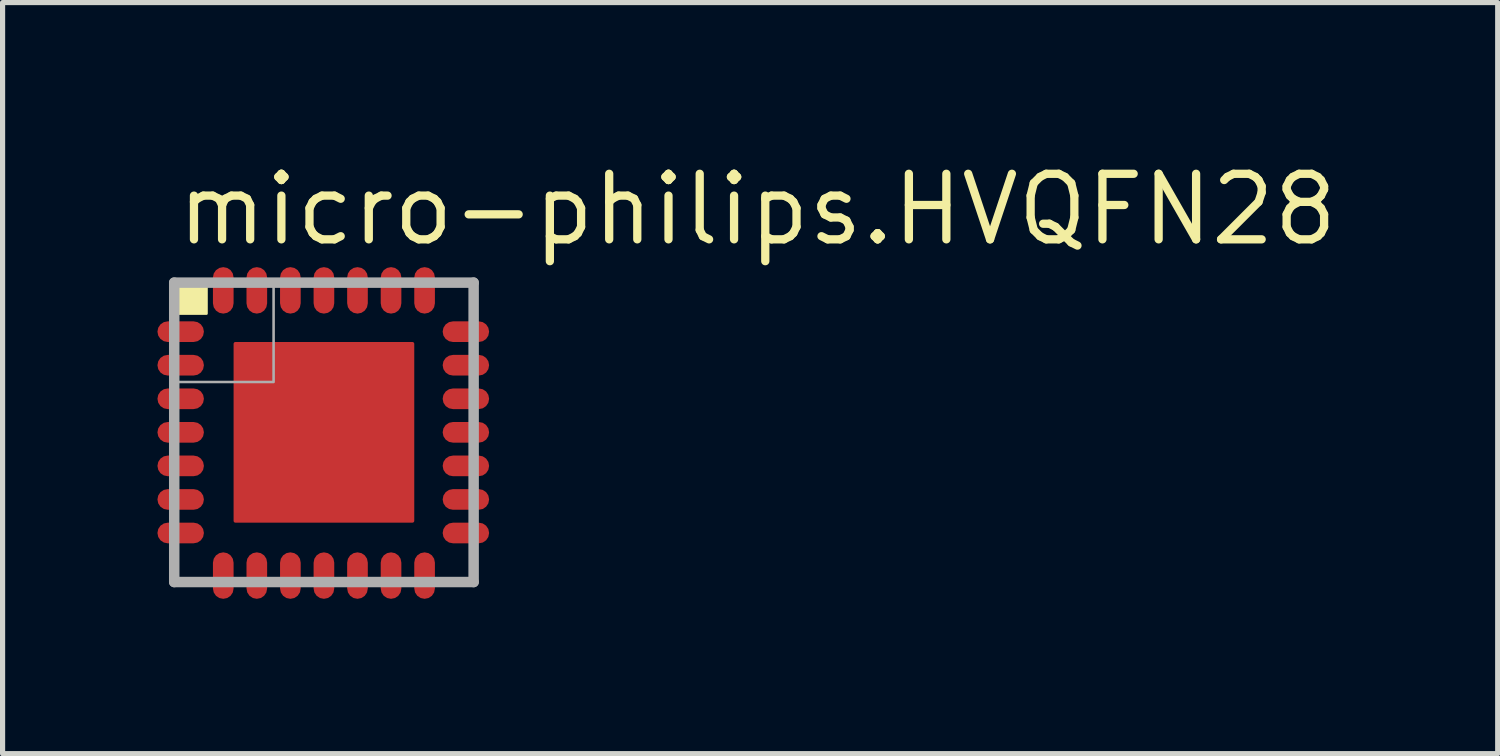
<source format=kicad_pcb>
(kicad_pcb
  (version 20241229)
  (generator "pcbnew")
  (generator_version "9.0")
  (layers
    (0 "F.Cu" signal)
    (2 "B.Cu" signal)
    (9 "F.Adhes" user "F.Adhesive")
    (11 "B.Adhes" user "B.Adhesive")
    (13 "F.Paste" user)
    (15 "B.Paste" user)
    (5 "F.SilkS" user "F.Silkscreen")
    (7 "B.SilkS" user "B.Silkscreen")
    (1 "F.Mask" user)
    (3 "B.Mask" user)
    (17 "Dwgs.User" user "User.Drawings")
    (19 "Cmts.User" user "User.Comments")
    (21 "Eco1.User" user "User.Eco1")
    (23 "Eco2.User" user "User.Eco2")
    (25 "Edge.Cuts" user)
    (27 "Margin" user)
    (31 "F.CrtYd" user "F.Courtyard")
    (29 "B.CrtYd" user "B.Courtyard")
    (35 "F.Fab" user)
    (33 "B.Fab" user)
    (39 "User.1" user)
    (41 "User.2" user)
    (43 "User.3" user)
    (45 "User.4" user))
  (footprint "micro-philips.HVQFN28"
    (layer "F.Cu")
    (at 3.225 5.325)
    (property "Reference" "micro-philips.HVQFN28" (at -2.925 -3.575 0) (layer "F.SilkS") (effects (font (size 1.27 1.27) (thickness 0.16)) (justify left bottom)))
    (attr smd)
    (fp_rect (start -3.175 -1.725) (end -2.5 -2.175) (stroke (width 0.05) (type default)) (fill yes) (layer "F.Mask"))
    (fp_rect (start -3.175 -1.075) (end -2.5 -1.525) (stroke (width 0.05) (type default)) (fill yes) (layer "F.Mask"))
    (fp_rect (start -3.175 -0.425) (end -2.5 -0.875) (stroke (width 0.05) (type default)) (fill yes) (layer "F.Mask"))
    (fp_rect (start -3.175 0.225) (end -2.5 -0.225) (stroke (width 0.05) (type default)) (fill yes) (layer "F.Mask"))
    (fp_rect (start -3.175 0.875) (end -2.5 0.425) (stroke (width 0.05) (type default)) (fill yes) (layer "F.Mask"))
    (fp_rect (start -3.175 1.525) (end -2.5 1.075) (stroke (width 0.05) (type default)) (fill yes) (layer "F.Mask"))
    (fp_rect (start -3.175 2.175) (end -2.5 1.725) (stroke (width 0.05) (type default)) (fill yes) (layer "F.Mask"))
    (fp_rect (start -2.175 -2.5) (end -1.725 -3.175) (stroke (width 0.05) (type default)) (fill yes) (layer "F.Mask"))
    (fp_rect (start -2.175 3.175) (end -1.725 2.5) (stroke (width 0.05) (type default)) (fill yes) (layer "F.Mask"))
    (fp_rect (start -1.85 1.85) (end 1.825 -1.85) (stroke (width 0.05) (type default)) (fill yes) (layer "F.Mask"))
    (fp_rect (start -1.525 -2.5) (end -1.075 -3.175) (stroke (width 0.05) (type default)) (fill yes) (layer "F.Mask"))
    (fp_rect (start -1.525 3.175) (end -1.075 2.5) (stroke (width 0.05) (type default)) (fill yes) (layer "F.Mask"))
    (fp_rect (start -0.875 -2.5) (end -0.425 -3.175) (stroke (width 0.05) (type default)) (fill yes) (layer "F.Mask"))
    (fp_rect (start -0.875 3.175) (end -0.425 2.5) (stroke (width 0.05) (type default)) (fill yes) (layer "F.Mask"))
    (fp_rect (start -0.225 -2.5) (end 0.225 -3.175) (stroke (width 0.05) (type default)) (fill yes) (layer "F.Mask"))
    (fp_rect (start -0.225 3.175) (end 0.225 2.5) (stroke (width 0.05) (type default)) (fill yes) (layer "F.Mask"))
    (fp_rect (start 0.425 -2.5) (end 0.875 -3.175) (stroke (width 0.05) (type default)) (fill yes) (layer "F.Mask"))
    (fp_rect (start 0.425 3.175) (end 0.875 2.5) (stroke (width 0.05) (type default)) (fill yes) (layer "F.Mask"))
    (fp_rect (start 1.075 -2.5) (end 1.525 -3.175) (stroke (width 0.05) (type default)) (fill yes) (layer "F.Mask"))
    (fp_rect (start 1.075 3.175) (end 1.525 2.5) (stroke (width 0.05) (type default)) (fill yes) (layer "F.Mask"))
    (fp_rect (start 1.725 -2.5) (end 2.175 -3.175) (stroke (width 0.05) (type default)) (fill yes) (layer "F.Mask"))
    (fp_rect (start 1.725 3.175) (end 2.175 2.5) (stroke (width 0.05) (type default)) (fill yes) (layer "F.Mask"))
    (fp_rect (start 2.5 -1.725) (end 3.175 -2.175) (stroke (width 0.05) (type default)) (fill yes) (layer "F.Mask"))
    (fp_rect (start 2.5 -1.075) (end 3.175 -1.525) (stroke (width 0.05) (type default)) (fill yes) (layer "F.Mask"))
    (fp_rect (start 2.5 -0.425) (end 3.175 -0.875) (stroke (width 0.05) (type default)) (fill yes) (layer "F.Mask"))
    (fp_rect (start 2.5 0.225) (end 3.175 -0.225) (stroke (width 0.05) (type default)) (fill yes) (layer "F.Mask"))
    (fp_rect (start 2.5 0.875) (end 3.175 0.425) (stroke (width 0.05) (type default)) (fill yes) (layer "F.Mask"))
    (fp_rect (start 2.5 1.525) (end 3.175 1.075) (stroke (width 0.05) (type default)) (fill yes) (layer "F.Mask"))
    (fp_rect (start 2.5 2.175) (end 3.175 1.725) (stroke (width 0.05) (type default)) (fill yes) (layer "F.Mask"))
    (fp_circle (center -2.525 -1.95) (end -2.3 -1.95) (stroke (width 0.1) (type default)) (fill no) (layer "F.Mask"))
    (fp_circle (center -2.525 -1.3) (end -2.3 -1.3) (stroke (width 0.1) (type default)) (fill no) (layer "F.Mask"))
    (fp_circle (center -2.525 -0.65) (end -2.3 -0.65) (stroke (width 0.1) (type default)) (fill no) (layer "F.Mask"))
    (fp_circle (center -2.525 0) (end -2.3 0) (stroke (width 0.1) (type default)) (fill no) (layer "F.Mask"))
    (fp_circle (center -2.525 0.65) (end -2.3 0.65) (stroke (width 0.1) (type default)) (fill no) (layer "F.Mask"))
    (fp_circle (center -2.525 1.3) (end -2.3 1.3) (stroke (width 0.1) (type default)) (fill no) (layer "F.Mask"))
    (fp_circle (center -2.525 1.95) (end -2.3 1.95) (stroke (width 0.1) (type default)) (fill no) (layer "F.Mask"))
    (fp_circle (center -1.95 -2.525) (end -1.725 -2.525) (stroke (width 0.1) (type default)) (fill no) (layer "F.Mask"))
    (fp_circle (center -1.95 2.525) (end -1.725 2.525) (stroke (width 0.1) (type default)) (fill no) (layer "F.Mask"))
    (fp_circle (center -1.3 -2.525) (end -1.075 -2.525) (stroke (width 0.1) (type default)) (fill no) (layer "F.Mask"))
    (fp_circle (center -1.3 2.525) (end -1.075 2.525) (stroke (width 0.1) (type default)) (fill no) (layer "F.Mask"))
    (fp_circle (center -0.65 -2.525) (end -0.425 -2.525) (stroke (width 0.1) (type default)) (fill no) (layer "F.Mask"))
    (fp_circle (center -0.65 2.525) (end -0.425 2.525) (stroke (width 0.1) (type default)) (fill no) (layer "F.Mask"))
    (fp_circle (center 0 -2.525) (end 0.225 -2.525) (stroke (width 0.1) (type default)) (fill no) (layer "F.Mask"))
    (fp_circle (center 0 2.525) (end 0.225 2.525) (stroke (width 0.1) (type default)) (fill no) (layer "F.Mask"))
    (fp_circle (center 0.65 -2.525) (end 0.875 -2.525) (stroke (width 0.1) (type default)) (fill no) (layer "F.Mask"))
    (fp_circle (center 0.65 2.525) (end 0.875 2.525) (stroke (width 0.1) (type default)) (fill no) (layer "F.Mask"))
    (fp_circle (center 1.3 -2.525) (end 1.525 -2.525) (stroke (width 0.1) (type default)) (fill no) (layer "F.Mask"))
    (fp_circle (center 1.3 2.525) (end 1.525 2.525) (stroke (width 0.1) (type default)) (fill no) (layer "F.Mask"))
    (fp_circle (center 1.95 -2.525) (end 2.175 -2.525) (stroke (width 0.1) (type default)) (fill no) (layer "F.Mask"))
    (fp_circle (center 1.95 2.525) (end 2.175 2.525) (stroke (width 0.1) (type default)) (fill no) (layer "F.Mask"))
    (fp_circle (center 2.525 -1.95) (end 2.75 -1.95) (stroke (width 0.1) (type default)) (fill no) (layer "F.Mask"))
    (fp_circle (center 2.525 -1.3) (end 2.75 -1.3) (stroke (width 0.1) (type default)) (fill no) (layer "F.Mask"))
    (fp_circle (center 2.525 -0.65) (end 2.75 -0.65) (stroke (width 0.1) (type default)) (fill no) (layer "F.Mask"))
    (fp_circle (center 2.525 0) (end 2.75 0) (stroke (width 0.1) (type default)) (fill no) (layer "F.Mask"))
    (fp_circle (center 2.525 0.65) (end 2.75 0.65) (stroke (width 0.1) (type default)) (fill no) (layer "F.Mask"))
    (fp_circle (center 2.525 1.3) (end 2.75 1.3) (stroke (width 0.1) (type default)) (fill no) (layer "F.Mask"))
    (fp_circle (center 2.525 1.95) (end 2.75 1.95) (stroke (width 0.1) (type default)) (fill no) (layer "F.Mask"))
    (fp_rect (start -2.95 -2.3) (end -2.275 -2.95) (stroke (width 0.05) (type default)) (fill yes) (layer "F.SilkS"))
    (fp_rect (start -3.1 -1.775) (end -2.525 -2.125) (stroke (width 0.05) (type default)) (fill yes) (layer "F.Paste"))
    (fp_rect (start -3.1 -1.125) (end -2.525 -1.475) (stroke (width 0.05) (type default)) (fill yes) (layer "F.Paste"))
    (fp_rect (start -3.1 -0.475) (end -2.525 -0.825) (stroke (width 0.05) (type default)) (fill yes) (layer "F.Paste"))
    (fp_rect (start -3.1 0.175) (end -2.525 -0.175) (stroke (width 0.05) (type default)) (fill yes) (layer "F.Paste"))
    (fp_rect (start -3.1 0.825) (end -2.525 0.475) (stroke (width 0.05) (type default)) (fill yes) (layer "F.Paste"))
    (fp_rect (start -3.1 1.475) (end -2.525 1.125) (stroke (width 0.05) (type default)) (fill yes) (layer "F.Paste"))
    (fp_rect (start -3.1 2.125) (end -2.525 1.775) (stroke (width 0.05) (type default)) (fill yes) (layer "F.Paste"))
    (fp_rect (start -2.125 -2.525) (end -1.775 -3.1) (stroke (width 0.05) (type default)) (fill yes) (layer "F.Paste"))
    (fp_rect (start -2.125 3.1) (end -1.775 2.525) (stroke (width 0.05) (type default)) (fill yes) (layer "F.Paste"))
    (fp_rect (start -1.675 1.675) (end 1.675 -1.675) (stroke (width 0.05) (type default)) (fill yes) (layer "F.Paste"))
    (fp_rect (start -1.475 -2.525) (end -1.125 -3.1) (stroke (width 0.05) (type default)) (fill yes) (layer "F.Paste"))
    (fp_rect (start -1.475 3.1) (end -1.125 2.525) (stroke (width 0.05) (type default)) (fill yes) (layer "F.Paste"))
    (fp_rect (start -0.825 -2.525) (end -0.475 -3.1) (stroke (width 0.05) (type default)) (fill yes) (layer "F.Paste"))
    (fp_rect (start -0.825 3.1) (end -0.475 2.525) (stroke (width 0.05) (type default)) (fill yes) (layer "F.Paste"))
    (fp_rect (start -0.175 -2.525) (end 0.175 -3.1) (stroke (width 0.05) (type default)) (fill yes) (layer "F.Paste"))
    (fp_rect (start -0.175 3.1) (end 0.175 2.525) (stroke (width 0.05) (type default)) (fill yes) (layer "F.Paste"))
    (fp_rect (start 0.475 -2.525) (end 0.825 -3.1) (stroke (width 0.05) (type default)) (fill yes) (layer "F.Paste"))
    (fp_rect (start 0.475 3.1) (end 0.825 2.525) (stroke (width 0.05) (type default)) (fill yes) (layer "F.Paste"))
    (fp_rect (start 1.125 -2.525) (end 1.475 -3.1) (stroke (width 0.05) (type default)) (fill yes) (layer "F.Paste"))
    (fp_rect (start 1.125 3.1) (end 1.475 2.525) (stroke (width 0.05) (type default)) (fill yes) (layer "F.Paste"))
    (fp_rect (start 1.775 -2.525) (end 2.125 -3.1) (stroke (width 0.05) (type default)) (fill yes) (layer "F.Paste"))
    (fp_rect (start 1.775 3.1) (end 2.125 2.525) (stroke (width 0.05) (type default)) (fill yes) (layer "F.Paste"))
    (fp_rect (start 2.525 -1.775) (end 3.1 -2.125) (stroke (width 0.05) (type default)) (fill yes) (layer "F.Paste"))
    (fp_rect (start 2.525 -1.125) (end 3.1 -1.475) (stroke (width 0.05) (type default)) (fill yes) (layer "F.Paste"))
    (fp_rect (start 2.525 -0.475) (end 3.1 -0.825) (stroke (width 0.05) (type default)) (fill yes) (layer "F.Paste"))
    (fp_rect (start 2.525 0.175) (end 3.1 -0.175) (stroke (width 0.05) (type default)) (fill yes) (layer "F.Paste"))
    (fp_rect (start 2.525 0.825) (end 3.1 0.475) (stroke (width 0.05) (type default)) (fill yes) (layer "F.Paste"))
    (fp_rect (start 2.525 1.475) (end 3.1 1.125) (stroke (width 0.05) (type default)) (fill yes) (layer "F.Paste"))
    (fp_rect (start 2.525 2.125) (end 3.1 1.775) (stroke (width 0.05) (type default)) (fill yes) (layer "F.Paste"))
    (fp_circle (center -2.525 -1.95) (end -2.35 -1.95) (stroke (width 0.1) (type default)) (fill no) (layer "F.Paste"))
    (fp_circle (center -2.525 -1.3) (end -2.35 -1.3) (stroke (width 0.1) (type default)) (fill no) (layer "F.Paste"))
    (fp_circle (center -2.525 -0.65) (end -2.35 -0.65) (stroke (width 0.1) (type default)) (fill no) (layer "F.Paste"))
    (fp_circle (center -2.525 0) (end -2.35 0) (stroke (width 0.1) (type default)) (fill no) (layer "F.Paste"))
    (fp_circle (center -2.525 0.65) (end -2.35 0.65) (stroke (width 0.1) (type default)) (fill no) (layer "F.Paste"))
    (fp_circle (center -2.525 1.3) (end -2.35 1.3) (stroke (width 0.1) (type default)) (fill no) (layer "F.Paste"))
    (fp_circle (center -2.525 1.95) (end -2.35 1.95) (stroke (width 0.1) (type default)) (fill no) (layer "F.Paste"))
    (fp_circle (center -1.95 -2.525) (end -1.775 -2.525) (stroke (width 0.1) (type default)) (fill no) (layer "F.Paste"))
    (fp_circle (center -1.95 2.525) (end -1.775 2.525) (stroke (width 0.1) (type default)) (fill no) (layer "F.Paste"))
    (fp_circle (center -1.3 -2.525) (end -1.125 -2.525) (stroke (width 0.1) (type default)) (fill no) (layer "F.Paste"))
    (fp_circle (center -1.3 2.525) (end -1.125 2.525) (stroke (width 0.1) (type default)) (fill no) (layer "F.Paste"))
    (fp_circle (center -0.65 -2.525) (end -0.475 -2.525) (stroke (width 0.1) (type default)) (fill no) (layer "F.Paste"))
    (fp_circle (center -0.65 2.525) (end -0.475 2.525) (stroke (width 0.1) (type default)) (fill no) (layer "F.Paste"))
    (fp_circle (center 0 -2.525) (end 0.175 -2.525) (stroke (width 0.1) (type default)) (fill no) (layer "F.Paste"))
    (fp_circle (center 0 2.525) (end 0.175 2.525) (stroke (width 0.1) (type default)) (fill no) (layer "F.Paste"))
    (fp_circle (center 0.65 -2.525) (end 0.825 -2.525) (stroke (width 0.1) (type default)) (fill no) (layer "F.Paste"))
    (fp_circle (center 0.65 2.525) (end 0.825 2.525) (stroke (width 0.1) (type default)) (fill no) (layer "F.Paste"))
    (fp_circle (center 1.3 -2.525) (end 1.475 -2.525) (stroke (width 0.1) (type default)) (fill no) (layer "F.Paste"))
    (fp_circle (center 1.3 2.525) (end 1.475 2.525) (stroke (width 0.1) (type default)) (fill no) (layer "F.Paste"))
    (fp_circle (center 1.95 -2.525) (end 2.125 -2.525) (stroke (width 0.1) (type default)) (fill no) (layer "F.Paste"))
    (fp_circle (center 1.95 2.525) (end 2.125 2.525) (stroke (width 0.1) (type default)) (fill no) (layer "F.Paste"))
    (fp_circle (center 2.525 -1.95) (end 2.7 -1.95) (stroke (width 0.1) (type default)) (fill no) (layer "F.Paste"))
    (fp_circle (center 2.525 -1.3) (end 2.7 -1.3) (stroke (width 0.1) (type default)) (fill no) (layer "F.Paste"))
    (fp_circle (center 2.525 -0.65) (end 2.7 -0.65) (stroke (width 0.1) (type default)) (fill no) (layer "F.Paste"))
    (fp_circle (center 2.525 0) (end 2.7 0) (stroke (width 0.1) (type default)) (fill no) (layer "F.Paste"))
    (fp_circle (center 2.525 0.65) (end 2.7 0.65) (stroke (width 0.1) (type default)) (fill no) (layer "F.Paste"))
    (fp_circle (center 2.525 1.3) (end 2.7 1.3) (stroke (width 0.1) (type default)) (fill no) (layer "F.Paste"))
    (fp_circle (center 2.525 1.95) (end 2.7 1.95) (stroke (width 0.1) (type default)) (fill no) (layer "F.Paste"))
    (fp_line (start -2.9 -2.9) (end 2.9 -2.9) (stroke (width 0.203) (type default)) (layer "F.Fab"))
    (fp_line (start -2.9 2.9) (end -2.9 -2.9) (stroke (width 0.203) (type default)) (layer "F.Fab"))
    (fp_line (start 2.9 -2.9) (end 2.9 2.9) (stroke (width 0.203) (type default)) (layer "F.Fab"))
    (fp_line (start 2.9 2.9) (end -2.9 2.9) (stroke (width 0.203) (type default)) (layer "F.Fab"))
    (fp_rect (start -2.875 -0.975) (end -0.975 -2.875) (stroke (width 0.05) (type default)) (fill no) (layer "F.Fab"))
    (pad "1" smd roundrect (at -2.775 -1.95 90) (size 0.4 0.9) (layers "F.Cu" "F.Mask" "F.Paste") (roundrect_rratio 0.5))
    (pad "2" smd roundrect (at -2.775 -1.3 90) (size 0.4 0.9) (layers "F.Cu" "F.Mask" "F.Paste") (roundrect_rratio 0.5))
    (pad "3" smd roundrect (at -2.775 -0.65 90) (size 0.4 0.9) (layers "F.Cu" "F.Mask" "F.Paste") (roundrect_rratio 0.5))
    (pad "4" smd roundrect (at -2.775 0 90) (size 0.4 0.9) (layers "F.Cu" "F.Mask" "F.Paste") (roundrect_rratio 0.5))
    (pad "5" smd roundrect (at -2.775 0.65 90) (size 0.4 0.9) (layers "F.Cu" "F.Mask" "F.Paste") (roundrect_rratio 0.5))
    (pad "6" smd roundrect (at -2.775 1.3 90) (size 0.4 0.9) (layers "F.Cu" "F.Mask" "F.Paste") (roundrect_rratio 0.5))
    (pad "7" smd roundrect (at -2.775 1.95 90) (size 0.4 0.9) (layers "F.Cu" "F.Mask" "F.Paste") (roundrect_rratio 0.5))
    (pad "8" smd roundrect (at -1.95 2.775 180) (size 0.4 0.9) (layers "F.Cu" "F.Mask" "F.Paste") (roundrect_rratio 0.5))
    (pad "9" smd roundrect (at -1.3 2.775 180) (size 0.4 0.9) (layers "F.Cu" "F.Mask" "F.Paste") (roundrect_rratio 0.5))
    (pad "10" smd roundrect (at -0.65 2.775 180) (size 0.4 0.9) (layers "F.Cu" "F.Mask" "F.Paste") (roundrect_rratio 0.5))
    (pad "11" smd roundrect (at 0 2.775 180) (size 0.4 0.9) (layers "F.Cu" "F.Mask" "F.Paste") (roundrect_rratio 0.5))
    (pad "12" smd roundrect (at 0.65 2.775 180) (size 0.4 0.9) (layers "F.Cu" "F.Mask" "F.Paste") (roundrect_rratio 0.5))
    (pad "13" smd roundrect (at 1.3 2.775 180) (size 0.4 0.9) (layers "F.Cu" "F.Mask" "F.Paste") (roundrect_rratio 0.5))
    (pad "14" smd roundrect (at 1.95 2.775 180) (size 0.4 0.9) (layers "F.Cu" "F.Mask" "F.Paste") (roundrect_rratio 0.5))
    (pad "15" smd roundrect (at 2.75 1.95 270) (size 0.4 0.9) (layers "F.Cu" "F.Mask" "F.Paste") (roundrect_rratio 0.5))
    (pad "16" smd roundrect (at 2.75 1.3 270) (size 0.4 0.9) (layers "F.Cu" "F.Mask" "F.Paste") (roundrect_rratio 0.5))
    (pad "17" smd roundrect (at 2.75 0.65 270) (size 0.4 0.9) (layers "F.Cu" "F.Mask" "F.Paste") (roundrect_rratio 0.5))
    (pad "18" smd roundrect (at 2.75 0 270) (size 0.4 0.9) (layers "F.Cu" "F.Mask" "F.Paste") (roundrect_rratio 0.5))
    (pad "19" smd roundrect (at 2.75 -0.65 270) (size 0.4 0.9) (layers "F.Cu" "F.Mask" "F.Paste") (roundrect_rratio 0.5))
    (pad "20" smd roundrect (at 2.75 -1.3 270) (size 0.4 0.9) (layers "F.Cu" "F.Mask" "F.Paste") (roundrect_rratio 0.5))
    (pad "21" smd roundrect (at 2.75 -1.95 270) (size 0.4 0.9) (layers "F.Cu" "F.Mask" "F.Paste") (roundrect_rratio 0.5))
    (pad "22" smd roundrect (at 1.95 -2.75) (size 0.4 0.9) (layers "F.Cu" "F.Mask" "F.Paste") (roundrect_rratio 0.5))
    (pad "23" smd roundrect (at 1.3 -2.75) (size 0.4 0.9) (layers "F.Cu" "F.Mask" "F.Paste") (roundrect_rratio 0.5))
    (pad "24" smd roundrect (at 0.65 -2.75) (size 0.4 0.9) (layers "F.Cu" "F.Mask" "F.Paste") (roundrect_rratio 0.5))
    (pad "25" smd roundrect (at 0 -2.75) (size 0.4 0.9) (layers "F.Cu" "F.Mask" "F.Paste") (roundrect_rratio 0.5))
    (pad "26" smd roundrect (at -0.65 -2.75) (size 0.4 0.9) (layers "F.Cu" "F.Mask" "F.Paste") (roundrect_rratio 0.5))
    (pad "27" smd roundrect (at -1.3 -2.75) (size 0.4 0.9) (layers "F.Cu" "F.Mask" "F.Paste") (roundrect_rratio 0.5))
    (pad "28" smd roundrect (at -1.95 -2.75) (size 0.4 0.9) (layers "F.Cu" "F.Mask" "F.Paste") (roundrect_rratio 0.5))
    (pad "TH" smd roundrect (at 0 0) (size 3.5 3.5) (layers "F.Cu" "F.Mask" "F.Paste") (roundrect_rratio 0.01)))
  (gr_rect
    (start -3 -3)
    (end 25.963 11.55)
    (stroke (width 0.1) (type default))
    (fill no)
    (layer "Edge.Cuts")))
</source>
